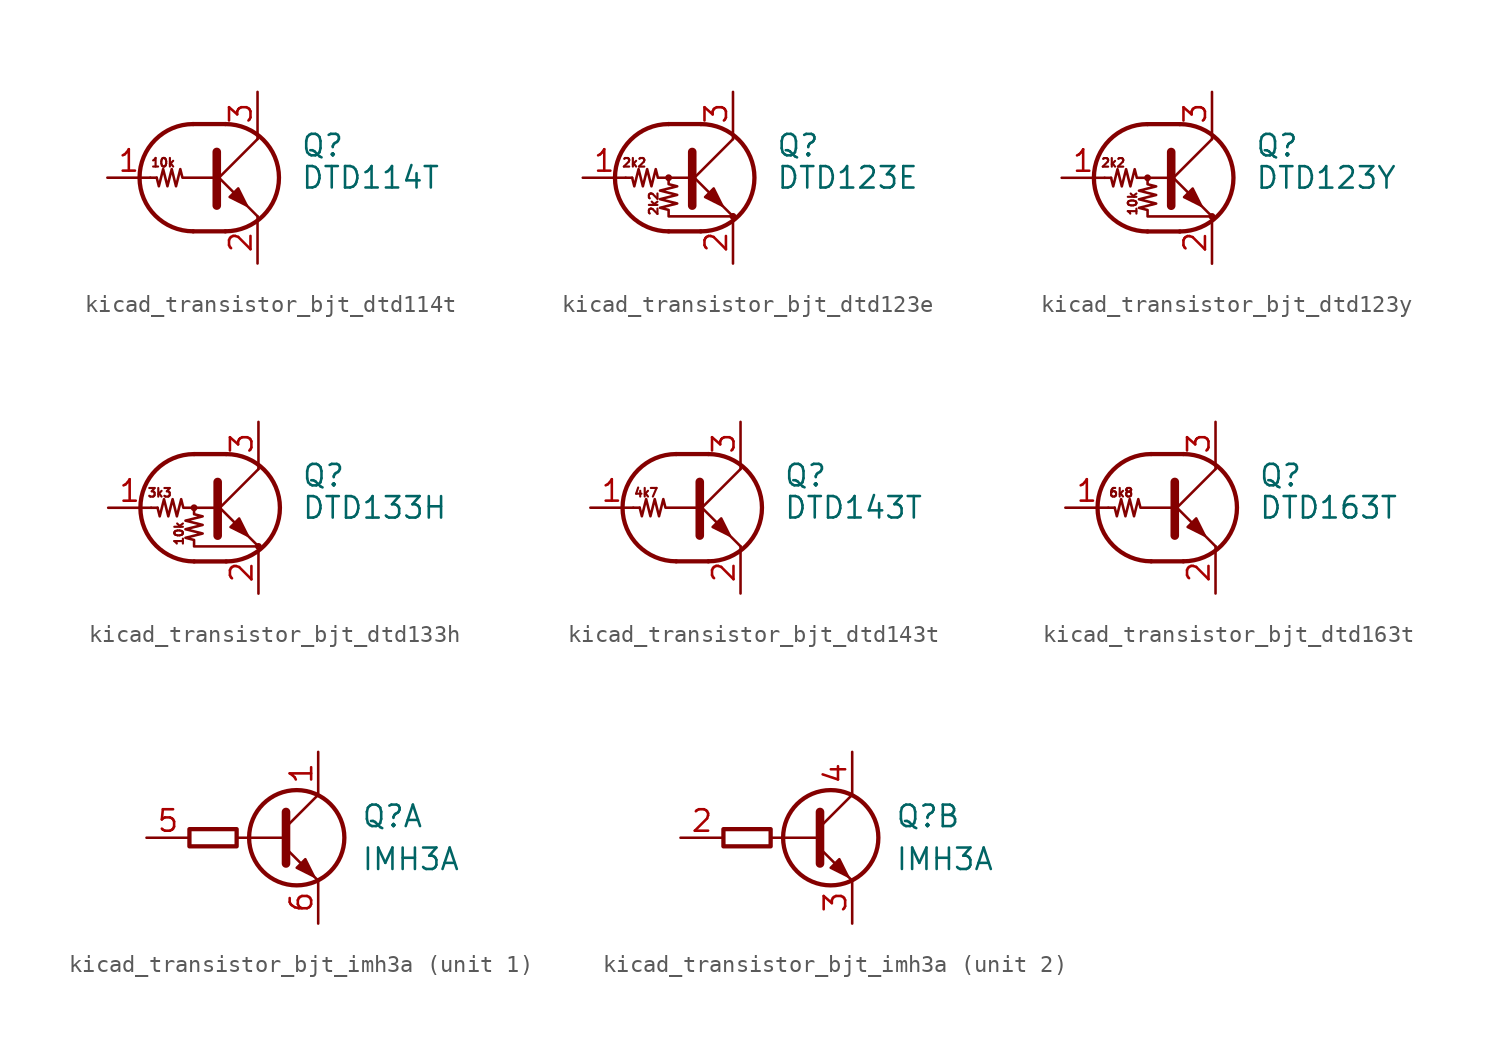
<source format=kicad_sym>
(kicad_symbol_lib
  (version 20220914)
  (generator kicad_symbol_editor)
  (symbol "kicad_transistor_bjt_dtd114t"
    (pin_names
      (offset 0) hide)
    (property "Reference" "Q"
      (at 5.08 1.905 0)
      (effects (font (size 1.27 1.27)) (justify left)))
    (property "Value" "DTD114T"
      (at 5.08 0 0)
      (effects (font (size 1.27 1.27)) (justify left)))
    (symbol "kicad_transistor_bjt_dtd114t_0_0"
      (polyline (pts (xy 2.54 -2.286) (xy 2.54 -2.54)) (stroke (width 0) (type default)) (fill (type none)))
      (text "10k" (at -3.048 0.889 0) (effects (font (size 0.508 0.508)))))
    (symbol "kicad_transistor_bjt_dtd114t_0_1"
      (arc (start -1.27 3.175) (mid -4.4312 0) (end -1.27 -3.175) (stroke (width 0.254) (type default)) (fill (type none)))
      (polyline (pts (xy -3.429 0) (xy -3.81 0)) (stroke (width 0) (type default)) (fill (type none)))
      (polyline (pts (xy -1.27 -3.175) (xy 0.635 -3.175)) (stroke (width 0.254) (type default)) (fill (type none)))
      (polyline (pts (xy -1.27 3.175) (xy 0.635 3.175)) (stroke (width 0.254) (type default)) (fill (type none)))
      (polyline (pts (xy 0 -0.254) (xy 2.54 2.286)) (stroke (width 0) (type default)) (fill (type none)))
      (polyline (pts (xy 0.127 1.524) (xy 0.127 -1.651)) (stroke (width 0.508) (type default)) (fill (type outline)))
      (polyline (pts (xy 2.54 2.286) (xy 2.54 2.54)) (stroke (width 0) (type default)) (fill (type none)))
      (polyline (pts (xy 2.54 -2.286) (xy 0 0.254) (xy 0 0.254)) (stroke (width 0) (type default)) (fill (type none)))
      (polyline (pts (xy 0.889 -1.143) (xy 1.397 -0.635) (xy 1.905 -1.651) (xy 0.889 -1.143)) (stroke (width 0) (type default)) (fill (type outline)))
      (polyline (pts (xy 0 0) (xy -1.905 0) (xy -2.032 0.508) (xy -2.286 -0.508) (xy -2.54 0.508) (xy -2.794 -0.508) (xy -3.048 0.508) (xy -3.302 -0.508) (xy -3.429 0)) (stroke (width 0) (type default)) (fill (type none)))
      (arc (start 0.635 -3.175) (mid 3.7962 0) (end 0.635 3.175) (stroke (width 0.254) (type default)) (fill (type none))))
    (symbol "kicad_transistor_bjt_dtd114t_1_1"
      (pin input line (at -6.35 0 0) (length 2.54) (name "B" (effects (font (size 1.27 1.27)))) (number "1" (effects (font (size 1.27 1.27)))))
      (pin passive line (at 2.54 -5.08 90) (length 2.54) (name "E" (effects (font (size 1.27 1.27)))) (number "2" (effects (font (size 1.27 1.27)))))
      (pin passive line (at 2.54 5.08 270) (length 2.54) (name "C" (effects (font (size 1.27 1.27)))) (number "3" (effects (font (size 1.27 1.27)))))))
  (symbol "kicad_transistor_bjt_dtd123e"
    (pin_names
      (offset 0) hide)
    (property "Reference" "Q"
      (at 5.08 1.905 0)
      (effects (font (size 1.27 1.27)) (justify left)))
    (property "Value" "DTD123E"
      (at 5.08 0 0)
      (effects (font (size 1.27 1.27)) (justify left)))
    (symbol "kicad_transistor_bjt_dtd123e_0_0"
      (text "2k2" (at -3.302 0.889 0) (effects (font (size 0.508 0.508))))
      (text "2k2" (at -2.159 -1.524 900) (effects (font (size 0.508 0.508)))))
    (symbol "kicad_transistor_bjt_dtd123e_0_1"
      (circle (center -1.27 0) (radius 0.127) (stroke (width 0) (type default)) (fill (type none)))
      (arc (start -1.27 3.175) (mid -4.4312 0) (end -1.27 -3.175) (stroke (width 0.254) (type default)) (fill (type none)))
      (polyline (pts (xy -3.429 0) (xy -3.81 0)) (stroke (width 0) (type default)) (fill (type none)))
      (polyline (pts (xy -1.27 -3.175) (xy 0.635 -3.175)) (stroke (width 0.254) (type default)) (fill (type none)))
      (polyline (pts (xy -1.27 3.175) (xy 0.635 3.175)) (stroke (width 0.254) (type default)) (fill (type none)))
      (polyline (pts (xy 0 -0.254) (xy 2.54 2.286)) (stroke (width 0) (type default)) (fill (type none)))
      (polyline (pts (xy 0.127 1.524) (xy 0.127 -1.651)) (stroke (width 0.508) (type default)) (fill (type outline)))
      (polyline (pts (xy 2.54 2.286) (xy 2.54 2.54)) (stroke (width 0) (type default)) (fill (type none)))
      (polyline (pts (xy 2.54 -2.286) (xy 0 0.254) (xy 0 0.254)) (stroke (width 0) (type default)) (fill (type none)))
      (polyline (pts (xy 0.889 -1.143) (xy 1.397 -0.635) (xy 1.905 -1.651) (xy 0.889 -1.143)) (stroke (width 0) (type default)) (fill (type outline)))
      (polyline (pts (xy 0 0) (xy -1.905 0) (xy -2.032 0.508) (xy -2.286 -0.508) (xy -2.54 0.508) (xy -2.794 -0.508) (xy -3.048 0.508) (xy -3.302 -0.508) (xy -3.429 0)) (stroke (width 0) (type default)) (fill (type none)))
      (polyline (pts (xy -1.27 0) (xy -1.27 -0.381) (xy -0.762 -0.508) (xy -1.778 -0.762) (xy -0.762 -1.016) (xy -1.778 -1.27) (xy -0.762 -1.524) (xy -1.778 -1.778) (xy -1.27 -1.905) (xy -1.27 -2.286) (xy 2.54 -2.286)) (stroke (width 0) (type default)) (fill (type none)))
      (arc (start 0.635 -3.175) (mid 3.7962 0) (end 0.635 3.175) (stroke (width 0.254) (type default)) (fill (type none)))
      (circle (center 2.54 -2.286) (radius 0.127) (stroke (width 0) (type default)) (fill (type none))))
    (symbol "kicad_transistor_bjt_dtd123e_1_1"
      (pin input line (at -6.35 0 0) (length 2.54) (name "B" (effects (font (size 1.27 1.27)))) (number "1" (effects (font (size 1.27 1.27)))))
      (pin passive line (at 2.54 -5.08 90) (length 2.54) (name "E" (effects (font (size 1.27 1.27)))) (number "2" (effects (font (size 1.27 1.27)))))
      (pin passive line (at 2.54 5.08 270) (length 2.54) (name "C" (effects (font (size 1.27 1.27)))) (number "3" (effects (font (size 1.27 1.27)))))))
  (symbol "kicad_transistor_bjt_dtd123y"
    (pin_names
      (offset 0) hide)
    (property "Reference" "Q"
      (at 5.08 1.905 0)
      (effects (font (size 1.27 1.27)) (justify left)))
    (property "Value" "DTD123Y"
      (at 5.08 0 0)
      (effects (font (size 1.27 1.27)) (justify left)))
    (symbol "kicad_transistor_bjt_dtd123y_0_0"
      (text "10k" (at -2.159 -1.524 900) (effects (font (size 0.508 0.508))))
      (text "2k2" (at -3.302 0.889 0) (effects (font (size 0.508 0.508)))))
    (symbol "kicad_transistor_bjt_dtd123y_0_1"
      (circle (center -1.27 0) (radius 0.127) (stroke (width 0) (type default)) (fill (type none)))
      (arc (start -1.27 3.175) (mid -4.4312 0) (end -1.27 -3.175) (stroke (width 0.254) (type default)) (fill (type none)))
      (polyline (pts (xy -3.429 0) (xy -3.81 0)) (stroke (width 0) (type default)) (fill (type none)))
      (polyline (pts (xy -1.27 -3.175) (xy 0.635 -3.175)) (stroke (width 0.254) (type default)) (fill (type none)))
      (polyline (pts (xy -1.27 3.175) (xy 0.635 3.175)) (stroke (width 0.254) (type default)) (fill (type none)))
      (polyline (pts (xy 0 -0.254) (xy 2.54 2.286)) (stroke (width 0) (type default)) (fill (type none)))
      (polyline (pts (xy 0.127 1.524) (xy 0.127 -1.651)) (stroke (width 0.508) (type default)) (fill (type outline)))
      (polyline (pts (xy 2.54 2.286) (xy 2.54 2.54)) (stroke (width 0) (type default)) (fill (type none)))
      (polyline (pts (xy 2.54 -2.286) (xy 0 0.254) (xy 0 0.254)) (stroke (width 0) (type default)) (fill (type none)))
      (polyline (pts (xy 0.889 -1.143) (xy 1.397 -0.635) (xy 1.905 -1.651) (xy 0.889 -1.143)) (stroke (width 0) (type default)) (fill (type outline)))
      (polyline (pts (xy 0 0) (xy -1.905 0) (xy -2.032 0.508) (xy -2.286 -0.508) (xy -2.54 0.508) (xy -2.794 -0.508) (xy -3.048 0.508) (xy -3.302 -0.508) (xy -3.429 0)) (stroke (width 0) (type default)) (fill (type none)))
      (polyline (pts (xy -1.27 0) (xy -1.27 -0.381) (xy -0.762 -0.508) (xy -1.778 -0.762) (xy -0.762 -1.016) (xy -1.778 -1.27) (xy -0.762 -1.524) (xy -1.778 -1.778) (xy -1.27 -1.905) (xy -1.27 -2.286) (xy 2.54 -2.286)) (stroke (width 0) (type default)) (fill (type none)))
      (arc (start 0.635 -3.175) (mid 3.7962 0) (end 0.635 3.175) (stroke (width 0.254) (type default)) (fill (type none)))
      (circle (center 2.54 -2.286) (radius 0.127) (stroke (width 0) (type default)) (fill (type none))))
    (symbol "kicad_transistor_bjt_dtd123y_1_1"
      (pin input line (at -6.35 0 0) (length 2.54) (name "B" (effects (font (size 1.27 1.27)))) (number "1" (effects (font (size 1.27 1.27)))))
      (pin passive line (at 2.54 -5.08 90) (length 2.54) (name "E" (effects (font (size 1.27 1.27)))) (number "2" (effects (font (size 1.27 1.27)))))
      (pin passive line (at 2.54 5.08 270) (length 2.54) (name "C" (effects (font (size 1.27 1.27)))) (number "3" (effects (font (size 1.27 1.27)))))))
  (symbol "kicad_transistor_bjt_dtd133h"
    (pin_names
      (offset 0) hide)
    (property "Reference" "Q"
      (at 5.08 1.905 0)
      (effects (font (size 1.27 1.27)) (justify left)))
    (property "Value" "DTD133H"
      (at 5.08 0 0)
      (effects (font (size 1.27 1.27)) (justify left)))
    (symbol "kicad_transistor_bjt_dtd133h_0_0"
      (text "10k" (at -2.159 -1.524 900) (effects (font (size 0.508 0.508))))
      (text "3k3" (at -3.302 0.889 0) (effects (font (size 0.508 0.508)))))
    (symbol "kicad_transistor_bjt_dtd133h_0_1"
      (circle (center -1.27 0) (radius 0.127) (stroke (width 0) (type default)) (fill (type none)))
      (arc (start -1.27 3.175) (mid -4.4312 0) (end -1.27 -3.175) (stroke (width 0.254) (type default)) (fill (type none)))
      (polyline (pts (xy -3.429 0) (xy -3.81 0)) (stroke (width 0) (type default)) (fill (type none)))
      (polyline (pts (xy -1.27 -3.175) (xy 0.635 -3.175)) (stroke (width 0.254) (type default)) (fill (type none)))
      (polyline (pts (xy -1.27 3.175) (xy 0.635 3.175)) (stroke (width 0.254) (type default)) (fill (type none)))
      (polyline (pts (xy 0 -0.254) (xy 2.54 2.286)) (stroke (width 0) (type default)) (fill (type none)))
      (polyline (pts (xy 0.127 1.524) (xy 0.127 -1.651)) (stroke (width 0.508) (type default)) (fill (type outline)))
      (polyline (pts (xy 2.54 2.286) (xy 2.54 2.54)) (stroke (width 0) (type default)) (fill (type none)))
      (polyline (pts (xy 2.54 -2.286) (xy 0 0.254) (xy 0 0.254)) (stroke (width 0) (type default)) (fill (type none)))
      (polyline (pts (xy 0.889 -1.143) (xy 1.397 -0.635) (xy 1.905 -1.651) (xy 0.889 -1.143)) (stroke (width 0) (type default)) (fill (type outline)))
      (polyline (pts (xy 0 0) (xy -1.905 0) (xy -2.032 0.508) (xy -2.286 -0.508) (xy -2.54 0.508) (xy -2.794 -0.508) (xy -3.048 0.508) (xy -3.302 -0.508) (xy -3.429 0)) (stroke (width 0) (type default)) (fill (type none)))
      (polyline (pts (xy -1.27 0) (xy -1.27 -0.381) (xy -0.762 -0.508) (xy -1.778 -0.762) (xy -0.762 -1.016) (xy -1.778 -1.27) (xy -0.762 -1.524) (xy -1.778 -1.778) (xy -1.27 -1.905) (xy -1.27 -2.286) (xy 2.54 -2.286)) (stroke (width 0) (type default)) (fill (type none)))
      (arc (start 0.635 -3.175) (mid 3.7962 0) (end 0.635 3.175) (stroke (width 0.254) (type default)) (fill (type none)))
      (circle (center 2.54 -2.286) (radius 0.127) (stroke (width 0) (type default)) (fill (type none))))
    (symbol "kicad_transistor_bjt_dtd133h_1_1"
      (pin input line (at -6.35 0 0) (length 2.54) (name "B" (effects (font (size 1.27 1.27)))) (number "1" (effects (font (size 1.27 1.27)))))
      (pin passive line (at 2.54 -5.08 90) (length 2.54) (name "E" (effects (font (size 1.27 1.27)))) (number "2" (effects (font (size 1.27 1.27)))))
      (pin passive line (at 2.54 5.08 270) (length 2.54) (name "C" (effects (font (size 1.27 1.27)))) (number "3" (effects (font (size 1.27 1.27)))))))
  (symbol "kicad_transistor_bjt_dtd143t"
    (pin_names
      (offset 0) hide)
    (property "Reference" "Q"
      (at 5.08 1.905 0)
      (effects (font (size 1.27 1.27)) (justify left)))
    (property "Value" "DTD143T"
      (at 5.08 0 0)
      (effects (font (size 1.27 1.27)) (justify left)))
    (symbol "kicad_transistor_bjt_dtd143t_0_0"
      (polyline (pts (xy 2.54 -2.286) (xy 2.54 -2.54)) (stroke (width 0) (type default)) (fill (type none)))
      (text "4k7" (at -3.048 0.889 0) (effects (font (size 0.508 0.508)))))
    (symbol "kicad_transistor_bjt_dtd143t_0_1"
      (arc (start -1.27 3.175) (mid -4.4312 0) (end -1.27 -3.175) (stroke (width 0.254) (type default)) (fill (type none)))
      (polyline (pts (xy -3.429 0) (xy -3.81 0)) (stroke (width 0) (type default)) (fill (type none)))
      (polyline (pts (xy -1.27 -3.175) (xy 0.635 -3.175)) (stroke (width 0.254) (type default)) (fill (type none)))
      (polyline (pts (xy -1.27 3.175) (xy 0.635 3.175)) (stroke (width 0.254) (type default)) (fill (type none)))
      (polyline (pts (xy 0 -0.254) (xy 2.54 2.286)) (stroke (width 0) (type default)) (fill (type none)))
      (polyline (pts (xy 0.127 1.524) (xy 0.127 -1.651)) (stroke (width 0.508) (type default)) (fill (type outline)))
      (polyline (pts (xy 2.54 2.286) (xy 2.54 2.54)) (stroke (width 0) (type default)) (fill (type none)))
      (polyline (pts (xy 2.54 -2.286) (xy 0 0.254) (xy 0 0.254)) (stroke (width 0) (type default)) (fill (type none)))
      (polyline (pts (xy 0.889 -1.143) (xy 1.397 -0.635) (xy 1.905 -1.651) (xy 0.889 -1.143)) (stroke (width 0) (type default)) (fill (type outline)))
      (polyline (pts (xy 0 0) (xy -1.905 0) (xy -2.032 0.508) (xy -2.286 -0.508) (xy -2.54 0.508) (xy -2.794 -0.508) (xy -3.048 0.508) (xy -3.302 -0.508) (xy -3.429 0)) (stroke (width 0) (type default)) (fill (type none)))
      (arc (start 0.635 -3.175) (mid 3.7962 0) (end 0.635 3.175) (stroke (width 0.254) (type default)) (fill (type none))))
    (symbol "kicad_transistor_bjt_dtd143t_1_1"
      (pin input line (at -6.35 0 0) (length 2.54) (name "B" (effects (font (size 1.27 1.27)))) (number "1" (effects (font (size 1.27 1.27)))))
      (pin passive line (at 2.54 -5.08 90) (length 2.54) (name "E" (effects (font (size 1.27 1.27)))) (number "2" (effects (font (size 1.27 1.27)))))
      (pin passive line (at 2.54 5.08 270) (length 2.54) (name "C" (effects (font (size 1.27 1.27)))) (number "3" (effects (font (size 1.27 1.27)))))))
  (symbol "kicad_transistor_bjt_dtd163t"
    (pin_names
      (offset 0) hide)
    (property "Reference" "Q"
      (at 5.08 1.905 0)
      (effects (font (size 1.27 1.27)) (justify left)))
    (property "Value" "DTD163T"
      (at 5.08 0 0)
      (effects (font (size 1.27 1.27)) (justify left)))
    (symbol "kicad_transistor_bjt_dtd163t_0_0"
      (polyline (pts (xy 2.54 -2.286) (xy 2.54 -2.54)) (stroke (width 0) (type default)) (fill (type none)))
      (text "6k8" (at -3.048 0.889 0) (effects (font (size 0.508 0.508)))))
    (symbol "kicad_transistor_bjt_dtd163t_0_1"
      (arc (start -1.27 3.175) (mid -4.4312 0) (end -1.27 -3.175) (stroke (width 0.254) (type default)) (fill (type none)))
      (polyline (pts (xy -3.429 0) (xy -3.81 0)) (stroke (width 0) (type default)) (fill (type none)))
      (polyline (pts (xy -1.27 -3.175) (xy 0.635 -3.175)) (stroke (width 0.254) (type default)) (fill (type none)))
      (polyline (pts (xy -1.27 3.175) (xy 0.635 3.175)) (stroke (width 0.254) (type default)) (fill (type none)))
      (polyline (pts (xy 0 -0.254) (xy 2.54 2.286)) (stroke (width 0) (type default)) (fill (type none)))
      (polyline (pts (xy 0.127 1.524) (xy 0.127 -1.651)) (stroke (width 0.508) (type default)) (fill (type outline)))
      (polyline (pts (xy 2.54 2.286) (xy 2.54 2.54)) (stroke (width 0) (type default)) (fill (type none)))
      (polyline (pts (xy 2.54 -2.286) (xy 0 0.254) (xy 0 0.254)) (stroke (width 0) (type default)) (fill (type none)))
      (polyline (pts (xy 0.889 -1.143) (xy 1.397 -0.635) (xy 1.905 -1.651) (xy 0.889 -1.143)) (stroke (width 0) (type default)) (fill (type outline)))
      (polyline (pts (xy 0 0) (xy -1.905 0) (xy -2.032 0.508) (xy -2.286 -0.508) (xy -2.54 0.508) (xy -2.794 -0.508) (xy -3.048 0.508) (xy -3.302 -0.508) (xy -3.429 0)) (stroke (width 0) (type default)) (fill (type none)))
      (arc (start 0.635 -3.175) (mid 3.7962 0) (end 0.635 3.175) (stroke (width 0.254) (type default)) (fill (type none))))
    (symbol "kicad_transistor_bjt_dtd163t_1_1"
      (pin input line (at -6.35 0 0) (length 2.54) (name "B" (effects (font (size 1.27 1.27)))) (number "1" (effects (font (size 1.27 1.27)))))
      (pin passive line (at 2.54 -5.08 90) (length 2.54) (name "E" (effects (font (size 1.27 1.27)))) (number "2" (effects (font (size 1.27 1.27)))))
      (pin passive line (at 2.54 5.08 270) (length 2.54) (name "C" (effects (font (size 1.27 1.27)))) (number "3" (effects (font (size 1.27 1.27)))))))
  (symbol "kicad_transistor_bjt_imh3a"
    (pin_names hide)
    (property "Reference" "Q"
      (at 7.62 1.27 0)
      (effects (font (size 1.27 1.27)) (justify left)))
    (property "Value" "IMH3A"
      (at 7.62 -1.27 0)
      (effects (font (size 1.27 1.27)) (justify left)))
    (symbol "kicad_transistor_bjt_imh3a_0_1"
      (polyline (pts (xy 3.175 0) (xy 0.254 0)) (stroke (width 0) (type default)) (fill (type none)))
      (polyline (pts (xy 3.175 0.635) (xy 5.08 2.54)) (stroke (width 0) (type default)) (fill (type none)))
      (polyline (pts (xy 3.175 1.524) (xy 3.175 -1.524)) (stroke (width 0.508) (type default)) (fill (type none)))
      (polyline (pts (xy 3.175 -0.635) (xy 5.08 -2.54) (xy 5.08 -2.54)) (stroke (width 0) (type default)) (fill (type none)))
      (polyline (pts (xy 3.81 -1.778) (xy 4.318 -1.27) (xy 4.826 -2.286) (xy 3.81 -1.778) (xy 3.81 -1.778)) (stroke (width 0) (type default)) (fill (type outline)))
      (rectangle (start 0.254 0.508) (end -2.54 -0.508) (stroke (width 0.254) (type default)) (fill (type none)))
      (circle (center 3.81 0) (radius 2.819) (stroke (width 0.254) (type default)) (fill (type none))))
    (symbol "kicad_transistor_bjt_imh3a_1_1"
      (pin passive line (at 5.08 5.08 270) (length 2.54) (name "C1" (effects (font (size 1.27 1.27)))) (number "1" (effects (font (size 1.27 1.27)))))
      (pin input line (at -5.08 0 0) (length 2.54) (name "B1" (effects (font (size 1.27 1.27)))) (number "5" (effects (font (size 1.27 1.27)))))
      (pin passive line (at 5.08 -5.08 90) (length 2.54) (name "E1" (effects (font (size 1.27 1.27)))) (number "6" (effects (font (size 1.27 1.27))))))
    (symbol "kicad_transistor_bjt_imh3a_2_1"
      (pin input line (at -5.08 0 0) (length 2.54) (name "B2" (effects (font (size 1.27 1.27)))) (number "2" (effects (font (size 1.27 1.27)))))
      (pin passive line (at 5.08 -5.08 90) (length 2.54) (name "E2" (effects (font (size 1.27 1.27)))) (number "3" (effects (font (size 1.27 1.27)))))
      (pin passive line (at 5.08 5.08 270) (length 2.54) (name "C2" (effects (font (size 1.27 1.27)))) (number "4" (effects (font (size 1.27 1.27))))))))
</source>
